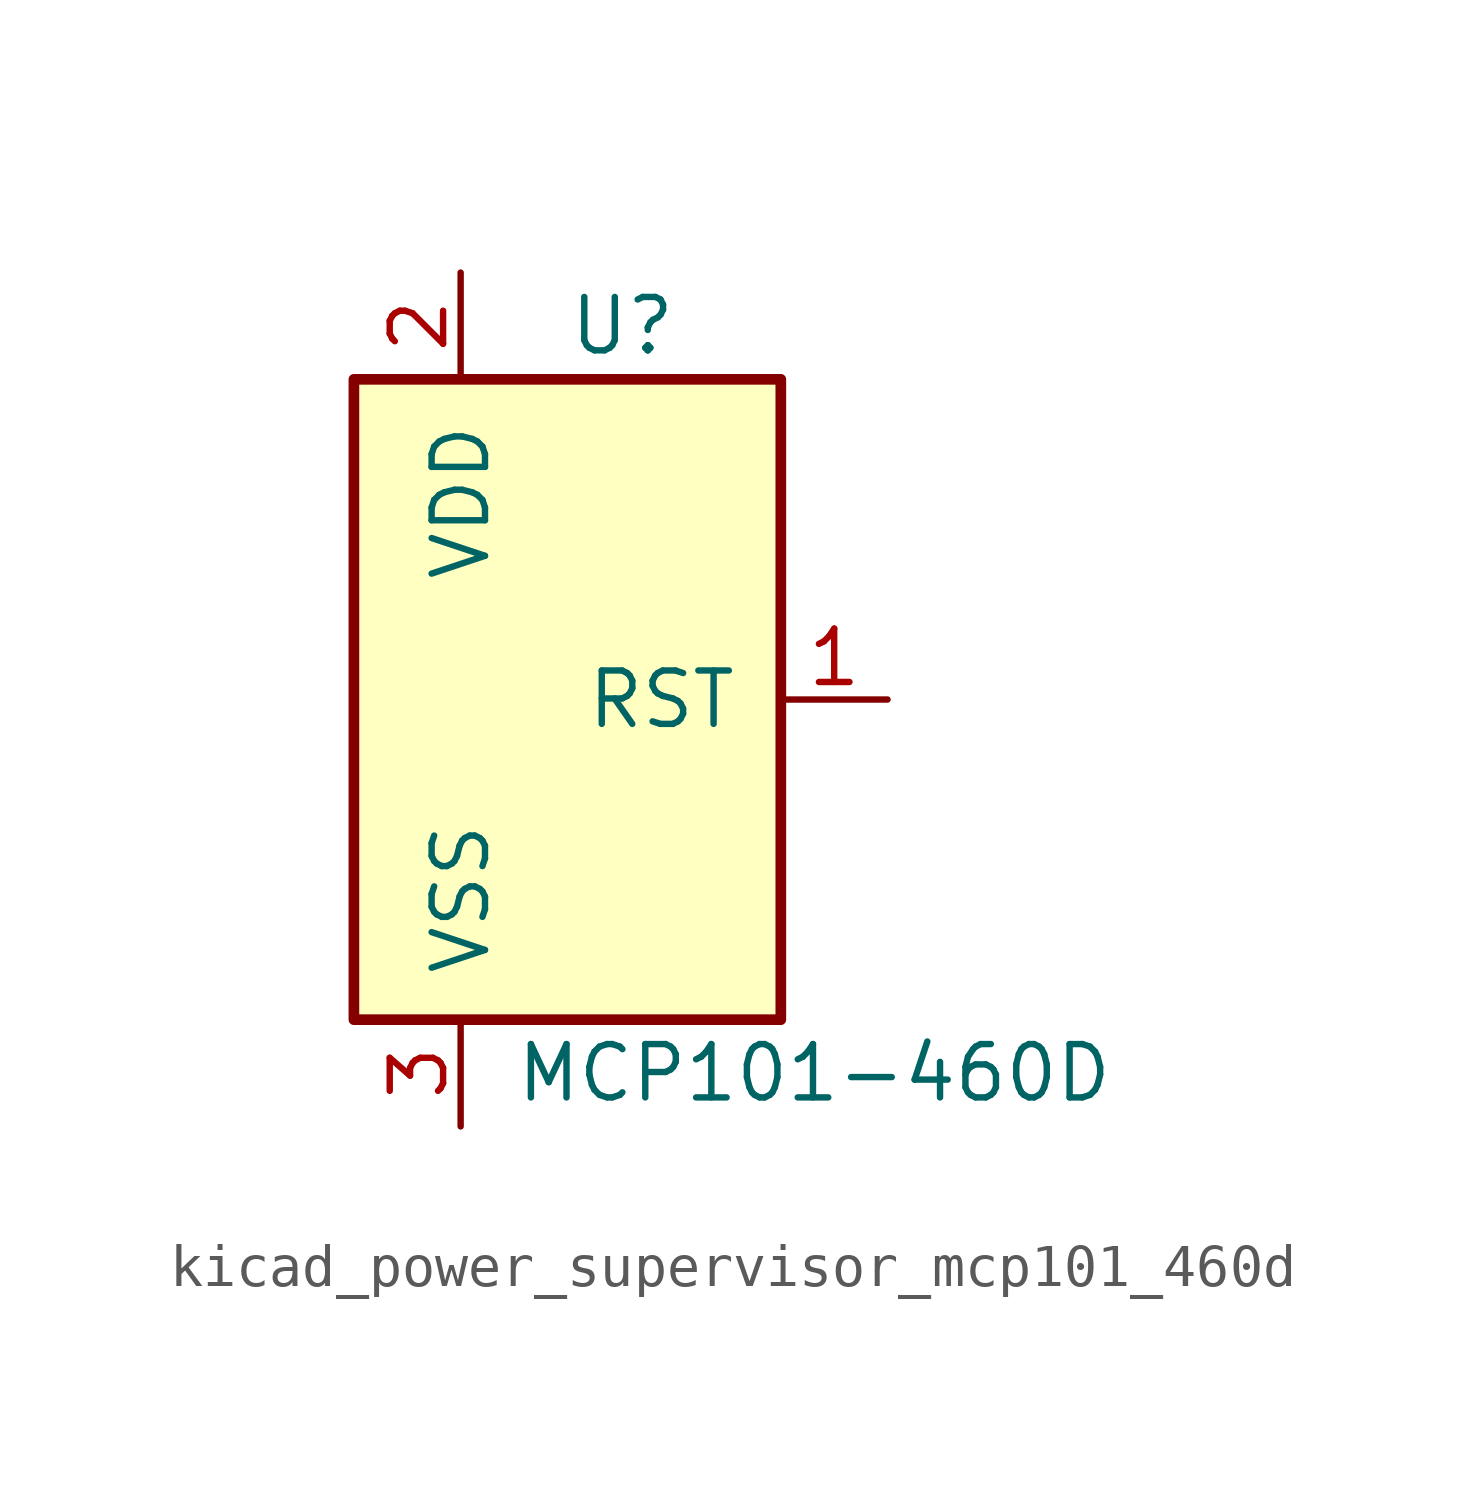
<source format=kicad_sym>
(kicad_symbol_lib
  (version 20220914)
  (generator kicad_symbol_editor)
  (symbol "kicad_power_supervisor_mcp101_460d"
    (pin_names
      (offset 1.016))
    (property "Reference" "U"
      (at 0 8.89 0)
      (effects (font (size 1.27 1.27)) (justify left)))
    (property "Value" "MCP101-460D"
      (at -1.27 -8.89 0)
      (effects (font (size 1.27 1.27)) (justify left)))
    (symbol "kicad_power_supervisor_mcp101_460d_1_1"
      (rectangle (start -5.08 7.62) (end 5.08 -7.62) (stroke (width 0.254) (type default)) (fill (type background)))
      (pin output line (at 7.62 0 180) (length 2.54) (name "RST" (effects (font (size 1.27 1.27)))) (number "1" (effects (font (size 1.27 1.27)))))
      (pin power_in line (at -2.54 10.16 270) (length 2.54) (name "VDD" (effects (font (size 1.27 1.27)))) (number "2" (effects (font (size 1.27 1.27)))))
      (pin power_in line (at -2.54 -10.16 90) (length 2.54) (name "VSS" (effects (font (size 1.27 1.27)))) (number "3" (effects (font (size 1.27 1.27))))))))
</source>
